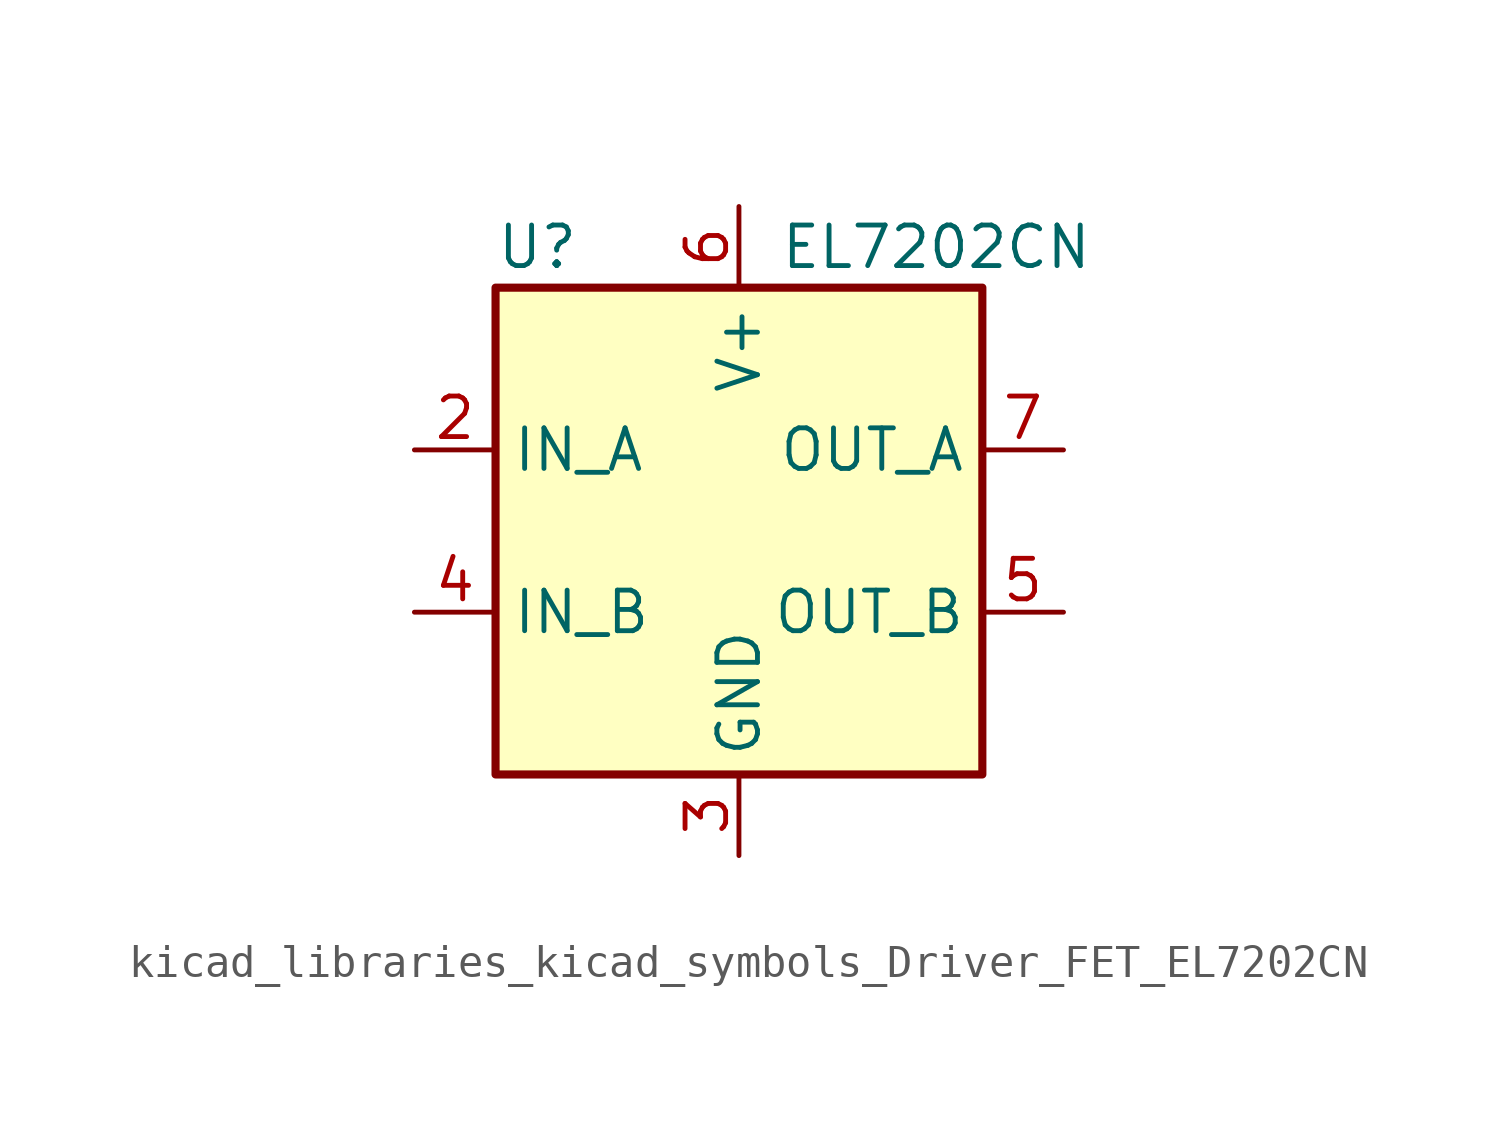
<source format=kicad_sym>
(kicad_symbol_lib
  (version 20220914)
  (generator kicad_symbol_editor)
  (symbol "kicad_libraries_kicad_symbols_Driver_FET_EL7202CN"
    (property "Reference" "U"
      (at -7.62 8.89 0)
      (effects (font (size 1.27 1.27)) (justify left)))
    (property "Value" "EL7202CN"
      (at 1.27 8.89 0)
      (effects (font (size 1.27 1.27)) (justify left)))
    (symbol "kicad_libraries_kicad_symbols_Driver_FET_EL7202CN_0_1"
      (rectangle (start -7.62 -7.62) (end 7.62 7.62) (stroke (width 0.254) (type default)) (fill (type background))))
    (symbol "kicad_libraries_kicad_symbols_Driver_FET_EL7202CN_1_1"
      (pin no_connect line (at -7.62 0 0) (length 2.54) hide (name "NC" (effects (font (size 1.27 1.27)))) (number "1" (effects (font (size 1.27 1.27)))))
      (pin input line (at -10.16 2.54 0) (length 2.54) (name "IN_A" (effects (font (size 1.27 1.27)))) (number "2" (effects (font (size 1.27 1.27)))))
      (pin power_in line (at 0 -10.16 90) (length 2.54) (name "GND" (effects (font (size 1.27 1.27)))) (number "3" (effects (font (size 1.27 1.27)))))
      (pin input line (at -10.16 -2.54 0) (length 2.54) (name "IN_B" (effects (font (size 1.27 1.27)))) (number "4" (effects (font (size 1.27 1.27)))))
      (pin output line (at 10.16 -2.54 180) (length 2.54) (name "OUT_B" (effects (font (size 1.27 1.27)))) (number "5" (effects (font (size 1.27 1.27)))))
      (pin power_in line (at 0 10.16 270) (length 2.54) (name "V+" (effects (font (size 1.27 1.27)))) (number "6" (effects (font (size 1.27 1.27)))))
      (pin output line (at 10.16 2.54 180) (length 2.54) (name "OUT_A" (effects (font (size 1.27 1.27)))) (number "7" (effects (font (size 1.27 1.27)))))
      (pin no_connect line (at 7.62 0 180) (length 2.54) hide (name "NC" (effects (font (size 1.27 1.27)))) (number "8" (effects (font (size 1.27 1.27))))))))
</source>
